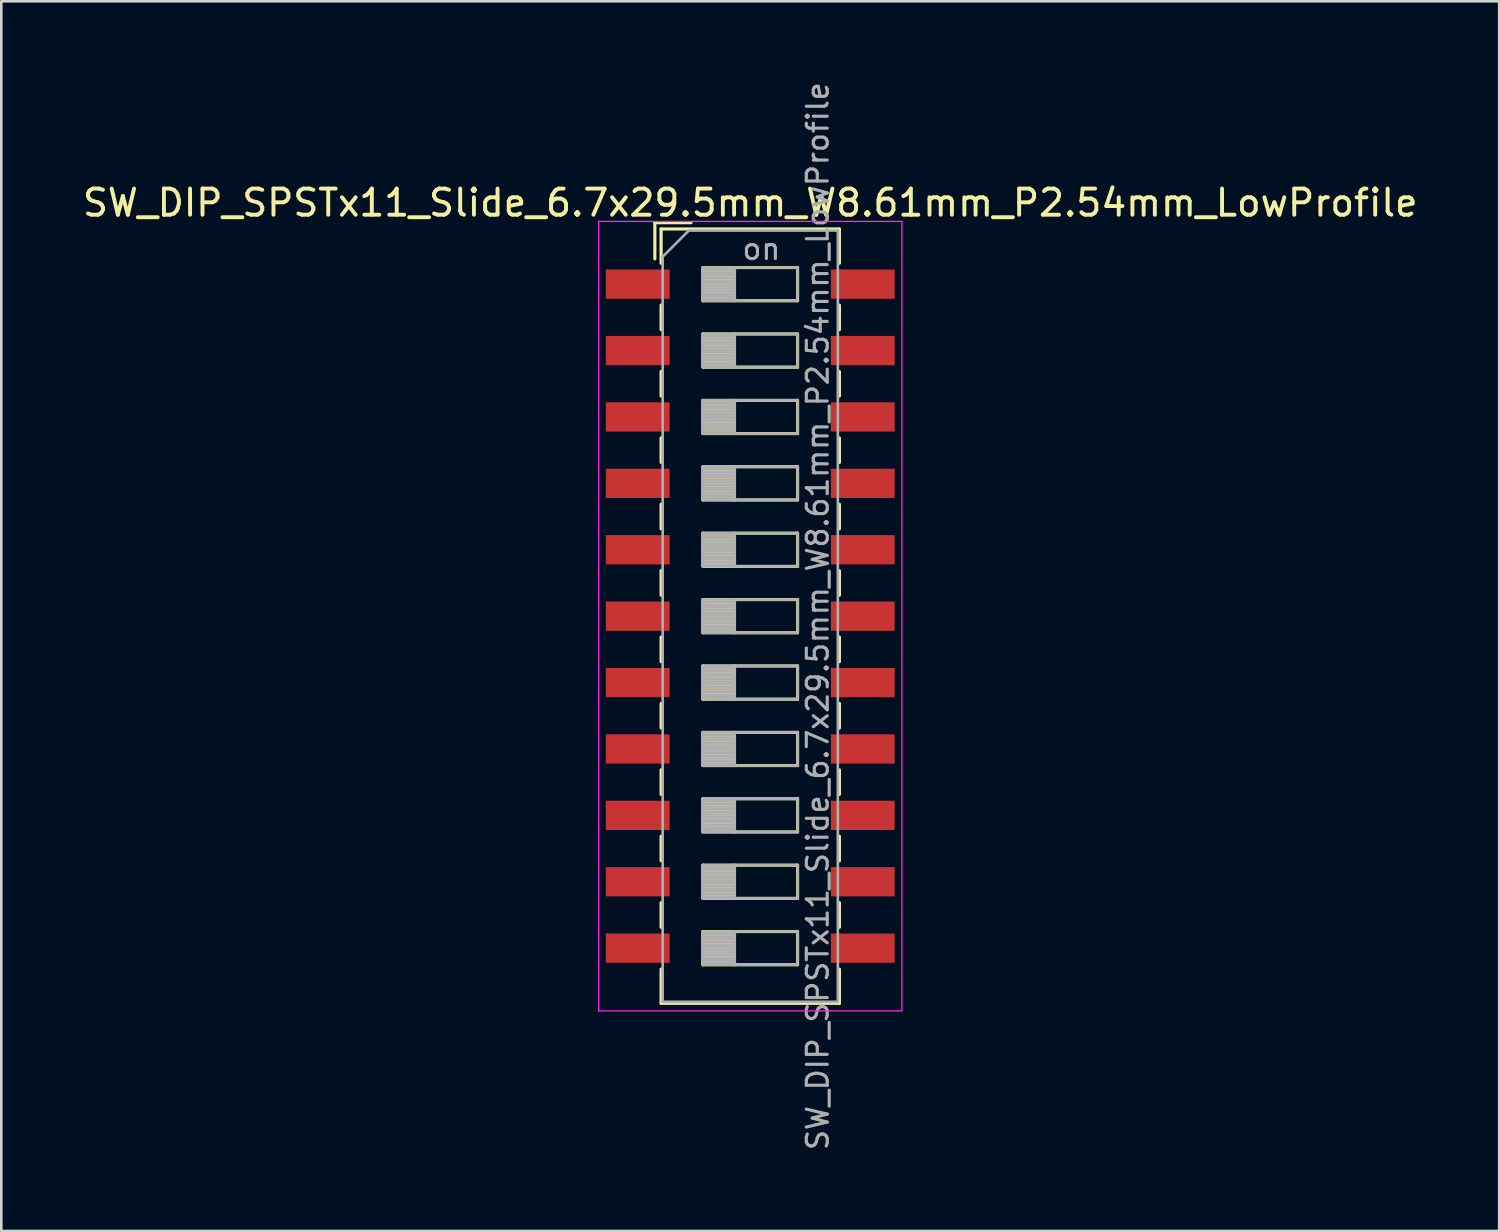
<source format=kicad_pcb>
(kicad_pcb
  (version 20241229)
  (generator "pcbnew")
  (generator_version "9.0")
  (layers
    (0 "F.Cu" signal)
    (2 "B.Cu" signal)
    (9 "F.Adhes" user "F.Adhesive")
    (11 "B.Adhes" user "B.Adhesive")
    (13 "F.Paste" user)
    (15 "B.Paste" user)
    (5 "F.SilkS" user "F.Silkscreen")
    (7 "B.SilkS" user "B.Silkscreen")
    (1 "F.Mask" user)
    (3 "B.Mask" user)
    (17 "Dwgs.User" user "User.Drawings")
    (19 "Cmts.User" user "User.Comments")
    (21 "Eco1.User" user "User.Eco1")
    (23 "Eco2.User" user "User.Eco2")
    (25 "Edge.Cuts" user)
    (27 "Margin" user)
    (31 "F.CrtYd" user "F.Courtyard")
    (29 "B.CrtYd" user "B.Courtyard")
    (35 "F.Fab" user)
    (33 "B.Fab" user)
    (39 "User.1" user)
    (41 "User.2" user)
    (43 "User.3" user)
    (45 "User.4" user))
  (footprint "SW_DIP_SPSTx11_Slide_6.7x29.5mm_W8.61mm_P2.54mm_LowProfile"
    (layer "F.Cu")
    (at 25.649 20.519)
    (property "Reference" "SW_DIP_SPSTx11_Slide_6.7x29.5mm_W8.61mm_P2.54mm_LowProfile" (at 0 -15.81 0) (layer "F.SilkS") (effects (font (size 1 1) (thickness 0.15))))
    (attr smd)
    (fp_line (start -3.65 -15.05) (end -3.65 -13.667) (stroke (width 0.12) (type solid)) (layer "F.SilkS"))
    (fp_line (start -3.65 -15.05) (end -2.267 -15.05) (stroke (width 0.12) (type solid)) (layer "F.SilkS"))
    (fp_line (start -3.41 -14.81) (end -3.41 -13.5) (stroke (width 0.12) (type solid)) (layer "F.SilkS"))
    (fp_line (start -3.41 -14.81) (end 3.41 -14.81) (stroke (width 0.12) (type solid)) (layer "F.SilkS"))
    (fp_line (start -3.41 -11.9) (end -3.41 -10.96) (stroke (width 0.12) (type solid)) (layer "F.SilkS"))
    (fp_line (start -3.41 -9.36) (end -3.41 -8.42) (stroke (width 0.12) (type solid)) (layer "F.SilkS"))
    (fp_line (start -3.41 -6.82) (end -3.41 -5.88) (stroke (width 0.12) (type solid)) (layer "F.SilkS"))
    (fp_line (start -3.41 -4.28) (end -3.41 -3.34) (stroke (width 0.12) (type solid)) (layer "F.SilkS"))
    (fp_line (start -3.41 -1.74) (end -3.41 -0.8) (stroke (width 0.12) (type solid)) (layer "F.SilkS"))
    (fp_line (start -3.41 0.8) (end -3.41 1.74) (stroke (width 0.12) (type solid)) (layer "F.SilkS"))
    (fp_line (start -3.41 3.34) (end -3.41 4.28) (stroke (width 0.12) (type solid)) (layer "F.SilkS"))
    (fp_line (start -3.41 5.88) (end -3.41 6.82) (stroke (width 0.12) (type solid)) (layer "F.SilkS"))
    (fp_line (start -3.41 8.42) (end -3.41 9.36) (stroke (width 0.12) (type solid)) (layer "F.SilkS"))
    (fp_line (start -3.41 10.96) (end -3.41 11.9) (stroke (width 0.12) (type solid)) (layer "F.SilkS"))
    (fp_line (start -3.41 13.5) (end -3.41 14.81) (stroke (width 0.12) (type solid)) (layer "F.SilkS"))
    (fp_line (start -3.41 14.81) (end 3.41 14.81) (stroke (width 0.12) (type solid)) (layer "F.SilkS"))
    (fp_line (start -1.81 -13.335) (end -1.81 -12.065) (stroke (width 0.12) (type solid)) (layer "F.SilkS"))
    (fp_line (start -1.81 -13.215) (end -0.603 -13.215) (stroke (width 0.12) (type solid)) (layer "F.SilkS"))
    (fp_line (start -1.81 -13.095) (end -0.603 -13.095) (stroke (width 0.12) (type solid)) (layer "F.SilkS"))
    (fp_line (start -1.81 -12.975) (end -0.603 -12.975) (stroke (width 0.12) (type solid)) (layer "F.SilkS"))
    (fp_line (start -1.81 -12.855) (end -0.603 -12.855) (stroke (width 0.12) (type solid)) (layer "F.SilkS"))
    (fp_line (start -1.81 -12.735) (end -0.603 -12.735) (stroke (width 0.12) (type solid)) (layer "F.SilkS"))
    (fp_line (start -1.81 -12.615) (end -0.603 -12.615) (stroke (width 0.12) (type solid)) (layer "F.SilkS"))
    (fp_line (start -1.81 -12.495) (end -0.603 -12.495) (stroke (width 0.12) (type solid)) (layer "F.SilkS"))
    (fp_line (start -1.81 -12.375) (end -0.603 -12.375) (stroke (width 0.12) (type solid)) (layer "F.SilkS"))
    (fp_line (start -1.81 -12.255) (end -0.603 -12.255) (stroke (width 0.12) (type solid)) (layer "F.SilkS"))
    (fp_line (start -1.81 -12.135) (end -0.603 -12.135) (stroke (width 0.12) (type solid)) (layer "F.SilkS"))
    (fp_line (start -1.81 -12.065) (end 1.81 -12.065) (stroke (width 0.12) (type solid)) (layer "F.SilkS"))
    (fp_line (start -1.81 -10.795) (end -1.81 -9.525) (stroke (width 0.12) (type solid)) (layer "F.SilkS"))
    (fp_line (start -1.81 -10.675) (end -0.603 -10.675) (stroke (width 0.12) (type solid)) (layer "F.SilkS"))
    (fp_line (start -1.81 -10.555) (end -0.603 -10.555) (stroke (width 0.12) (type solid)) (layer "F.SilkS"))
    (fp_line (start -1.81 -10.435) (end -0.603 -10.435) (stroke (width 0.12) (type solid)) (layer "F.SilkS"))
    (fp_line (start -1.81 -10.315) (end -0.603 -10.315) (stroke (width 0.12) (type solid)) (layer "F.SilkS"))
    (fp_line (start -1.81 -10.195) (end -0.603 -10.195) (stroke (width 0.12) (type solid)) (layer "F.SilkS"))
    (fp_line (start -1.81 -10.075) (end -0.603 -10.075) (stroke (width 0.12) (type solid)) (layer "F.SilkS"))
    (fp_line (start -1.81 -9.955) (end -0.603 -9.955) (stroke (width 0.12) (type solid)) (layer "F.SilkS"))
    (fp_line (start -1.81 -9.835) (end -0.603 -9.835) (stroke (width 0.12) (type solid)) (layer "F.SilkS"))
    (fp_line (start -1.81 -9.715) (end -0.603 -9.715) (stroke (width 0.12) (type solid)) (layer "F.SilkS"))
    (fp_line (start -1.81 -9.595) (end -0.603 -9.595) (stroke (width 0.12) (type solid)) (layer "F.SilkS"))
    (fp_line (start -1.81 -9.525) (end 1.81 -9.525) (stroke (width 0.12) (type solid)) (layer "F.SilkS"))
    (fp_line (start -1.81 -8.255) (end -1.81 -6.985) (stroke (width 0.12) (type solid)) (layer "F.SilkS"))
    (fp_line (start -1.81 -8.135) (end -0.603 -8.135) (stroke (width 0.12) (type solid)) (layer "F.SilkS"))
    (fp_line (start -1.81 -8.015) (end -0.603 -8.015) (stroke (width 0.12) (type solid)) (layer "F.SilkS"))
    (fp_line (start -1.81 -7.895) (end -0.603 -7.895) (stroke (width 0.12) (type solid)) (layer "F.SilkS"))
    (fp_line (start -1.81 -7.775) (end -0.603 -7.775) (stroke (width 0.12) (type solid)) (layer "F.SilkS"))
    (fp_line (start -1.81 -7.655) (end -0.603 -7.655) (stroke (width 0.12) (type solid)) (layer "F.SilkS"))
    (fp_line (start -1.81 -7.535) (end -0.603 -7.535) (stroke (width 0.12) (type solid)) (layer "F.SilkS"))
    (fp_line (start -1.81 -7.415) (end -0.603 -7.415) (stroke (width 0.12) (type solid)) (layer "F.SilkS"))
    (fp_line (start -1.81 -7.295) (end -0.603 -7.295) (stroke (width 0.12) (type solid)) (layer "F.SilkS"))
    (fp_line (start -1.81 -7.175) (end -0.603 -7.175) (stroke (width 0.12) (type solid)) (layer "F.SilkS"))
    (fp_line (start -1.81 -7.055) (end -0.603 -7.055) (stroke (width 0.12) (type solid)) (layer "F.SilkS"))
    (fp_line (start -1.81 -6.985) (end 1.81 -6.985) (stroke (width 0.12) (type solid)) (layer "F.SilkS"))
    (fp_line (start -1.81 -5.715) (end -1.81 -4.445) (stroke (width 0.12) (type solid)) (layer "F.SilkS"))
    (fp_line (start -1.81 -5.595) (end -0.603 -5.595) (stroke (width 0.12) (type solid)) (layer "F.SilkS"))
    (fp_line (start -1.81 -5.475) (end -0.603 -5.475) (stroke (width 0.12) (type solid)) (layer "F.SilkS"))
    (fp_line (start -1.81 -5.355) (end -0.603 -5.355) (stroke (width 0.12) (type solid)) (layer "F.SilkS"))
    (fp_line (start -1.81 -5.235) (end -0.603 -5.235) (stroke (width 0.12) (type solid)) (layer "F.SilkS"))
    (fp_line (start -1.81 -5.115) (end -0.603 -5.115) (stroke (width 0.12) (type solid)) (layer "F.SilkS"))
    (fp_line (start -1.81 -4.995) (end -0.603 -4.995) (stroke (width 0.12) (type solid)) (layer "F.SilkS"))
    (fp_line (start -1.81 -4.875) (end -0.603 -4.875) (stroke (width 0.12) (type solid)) (layer "F.SilkS"))
    (fp_line (start -1.81 -4.755) (end -0.603 -4.755) (stroke (width 0.12) (type solid)) (layer "F.SilkS"))
    (fp_line (start -1.81 -4.635) (end -0.603 -4.635) (stroke (width 0.12) (type solid)) (layer "F.SilkS"))
    (fp_line (start -1.81 -4.515) (end -0.603 -4.515) (stroke (width 0.12) (type solid)) (layer "F.SilkS"))
    (fp_line (start -1.81 -4.445) (end 1.81 -4.445) (stroke (width 0.12) (type solid)) (layer "F.SilkS"))
    (fp_line (start -1.81 -3.175) (end -1.81 -1.905) (stroke (width 0.12) (type solid)) (layer "F.SilkS"))
    (fp_line (start -1.81 -3.055) (end -0.603 -3.055) (stroke (width 0.12) (type solid)) (layer "F.SilkS"))
    (fp_line (start -1.81 -2.935) (end -0.603 -2.935) (stroke (width 0.12) (type solid)) (layer "F.SilkS"))
    (fp_line (start -1.81 -2.815) (end -0.603 -2.815) (stroke (width 0.12) (type solid)) (layer "F.SilkS"))
    (fp_line (start -1.81 -2.695) (end -0.603 -2.695) (stroke (width 0.12) (type solid)) (layer "F.SilkS"))
    (fp_line (start -1.81 -2.575) (end -0.603 -2.575) (stroke (width 0.12) (type solid)) (layer "F.SilkS"))
    (fp_line (start -1.81 -2.455) (end -0.603 -2.455) (stroke (width 0.12) (type solid)) (layer "F.SilkS"))
    (fp_line (start -1.81 -2.335) (end -0.603 -2.335) (stroke (width 0.12) (type solid)) (layer "F.SilkS"))
    (fp_line (start -1.81 -2.215) (end -0.603 -2.215) (stroke (width 0.12) (type solid)) (layer "F.SilkS"))
    (fp_line (start -1.81 -2.095) (end -0.603 -2.095) (stroke (width 0.12) (type solid)) (layer "F.SilkS"))
    (fp_line (start -1.81 -1.975) (end -0.603 -1.975) (stroke (width 0.12) (type solid)) (layer "F.SilkS"))
    (fp_line (start -1.81 -1.905) (end 1.81 -1.905) (stroke (width 0.12) (type solid)) (layer "F.SilkS"))
    (fp_line (start -1.81 -0.635) (end -1.81 0.635) (stroke (width 0.12) (type solid)) (layer "F.SilkS"))
    (fp_line (start -1.81 -0.515) (end -0.603 -0.515) (stroke (width 0.12) (type solid)) (layer "F.SilkS"))
    (fp_line (start -1.81 -0.395) (end -0.603 -0.395) (stroke (width 0.12) (type solid)) (layer "F.SilkS"))
    (fp_line (start -1.81 -0.275) (end -0.603 -0.275) (stroke (width 0.12) (type solid)) (layer "F.SilkS"))
    (fp_line (start -1.81 -0.155) (end -0.603 -0.155) (stroke (width 0.12) (type solid)) (layer "F.SilkS"))
    (fp_line (start -1.81 -0.035) (end -0.603 -0.035) (stroke (width 0.12) (type solid)) (layer "F.SilkS"))
    (fp_line (start -1.81 0.085) (end -0.603 0.085) (stroke (width 0.12) (type solid)) (layer "F.SilkS"))
    (fp_line (start -1.81 0.205) (end -0.603 0.205) (stroke (width 0.12) (type solid)) (layer "F.SilkS"))
    (fp_line (start -1.81 0.325) (end -0.603 0.325) (stroke (width 0.12) (type solid)) (layer "F.SilkS"))
    (fp_line (start -1.81 0.445) (end -0.603 0.445) (stroke (width 0.12) (type solid)) (layer "F.SilkS"))
    (fp_line (start -1.81 0.565) (end -0.603 0.565) (stroke (width 0.12) (type solid)) (layer "F.SilkS"))
    (fp_line (start -1.81 0.635) (end 1.81 0.635) (stroke (width 0.12) (type solid)) (layer "F.SilkS"))
    (fp_line (start -1.81 1.905) (end -1.81 3.175) (stroke (width 0.12) (type solid)) (layer "F.SilkS"))
    (fp_line (start -1.81 2.025) (end -0.603 2.025) (stroke (width 0.12) (type solid)) (layer "F.SilkS"))
    (fp_line (start -1.81 2.145) (end -0.603 2.145) (stroke (width 0.12) (type solid)) (layer "F.SilkS"))
    (fp_line (start -1.81 2.265) (end -0.603 2.265) (stroke (width 0.12) (type solid)) (layer "F.SilkS"))
    (fp_line (start -1.81 2.385) (end -0.603 2.385) (stroke (width 0.12) (type solid)) (layer "F.SilkS"))
    (fp_line (start -1.81 2.505) (end -0.603 2.505) (stroke (width 0.12) (type solid)) (layer "F.SilkS"))
    (fp_line (start -1.81 2.625) (end -0.603 2.625) (stroke (width 0.12) (type solid)) (layer "F.SilkS"))
    (fp_line (start -1.81 2.745) (end -0.603 2.745) (stroke (width 0.12) (type solid)) (layer "F.SilkS"))
    (fp_line (start -1.81 2.865) (end -0.603 2.865) (stroke (width 0.12) (type solid)) (layer "F.SilkS"))
    (fp_line (start -1.81 2.985) (end -0.603 2.985) (stroke (width 0.12) (type solid)) (layer "F.SilkS"))
    (fp_line (start -1.81 3.105) (end -0.603 3.105) (stroke (width 0.12) (type solid)) (layer "F.SilkS"))
    (fp_line (start -1.81 3.175) (end 1.81 3.175) (stroke (width 0.12) (type solid)) (layer "F.SilkS"))
    (fp_line (start -1.81 4.445) (end -1.81 5.715) (stroke (width 0.12) (type solid)) (layer "F.SilkS"))
    (fp_line (start -1.81 4.565) (end -0.603 4.565) (stroke (width 0.12) (type solid)) (layer "F.SilkS"))
    (fp_line (start -1.81 4.685) (end -0.603 4.685) (stroke (width 0.12) (type solid)) (layer "F.SilkS"))
    (fp_line (start -1.81 4.805) (end -0.603 4.805) (stroke (width 0.12) (type solid)) (layer "F.SilkS"))
    (fp_line (start -1.81 4.925) (end -0.603 4.925) (stroke (width 0.12) (type solid)) (layer "F.SilkS"))
    (fp_line (start -1.81 5.045) (end -0.603 5.045) (stroke (width 0.12) (type solid)) (layer "F.SilkS"))
    (fp_line (start -1.81 5.165) (end -0.603 5.165) (stroke (width 0.12) (type solid)) (layer "F.SilkS"))
    (fp_line (start -1.81 5.285) (end -0.603 5.285) (stroke (width 0.12) (type solid)) (layer "F.SilkS"))
    (fp_line (start -1.81 5.405) (end -0.603 5.405) (stroke (width 0.12) (type solid)) (layer "F.SilkS"))
    (fp_line (start -1.81 5.525) (end -0.603 5.525) (stroke (width 0.12) (type solid)) (layer "F.SilkS"))
    (fp_line (start -1.81 5.645) (end -0.603 5.645) (stroke (width 0.12) (type solid)) (layer "F.SilkS"))
    (fp_line (start -1.81 5.715) (end 1.81 5.715) (stroke (width 0.12) (type solid)) (layer "F.SilkS"))
    (fp_line (start -1.81 6.985) (end -1.81 8.255) (stroke (width 0.12) (type solid)) (layer "F.SilkS"))
    (fp_line (start -1.81 7.105) (end -0.603 7.105) (stroke (width 0.12) (type solid)) (layer "F.SilkS"))
    (fp_line (start -1.81 7.225) (end -0.603 7.225) (stroke (width 0.12) (type solid)) (layer "F.SilkS"))
    (fp_line (start -1.81 7.345) (end -0.603 7.345) (stroke (width 0.12) (type solid)) (layer "F.SilkS"))
    (fp_line (start -1.81 7.465) (end -0.603 7.465) (stroke (width 0.12) (type solid)) (layer "F.SilkS"))
    (fp_line (start -1.81 7.585) (end -0.603 7.585) (stroke (width 0.12) (type solid)) (layer "F.SilkS"))
    (fp_line (start -1.81 7.705) (end -0.603 7.705) (stroke (width 0.12) (type solid)) (layer "F.SilkS"))
    (fp_line (start -1.81 7.825) (end -0.603 7.825) (stroke (width 0.12) (type solid)) (layer "F.SilkS"))
    (fp_line (start -1.81 7.945) (end -0.603 7.945) (stroke (width 0.12) (type solid)) (layer "F.SilkS"))
    (fp_line (start -1.81 8.065) (end -0.603 8.065) (stroke (width 0.12) (type solid)) (layer "F.SilkS"))
    (fp_line (start -1.81 8.185) (end -0.603 8.185) (stroke (width 0.12) (type solid)) (layer "F.SilkS"))
    (fp_line (start -1.81 8.255) (end 1.81 8.255) (stroke (width 0.12) (type solid)) (layer "F.SilkS"))
    (fp_line (start -1.81 9.525) (end -1.81 10.795) (stroke (width 0.12) (type solid)) (layer "F.SilkS"))
    (fp_line (start -1.81 9.645) (end -0.603 9.645) (stroke (width 0.12) (type solid)) (layer "F.SilkS"))
    (fp_line (start -1.81 9.765) (end -0.603 9.765) (stroke (width 0.12) (type solid)) (layer "F.SilkS"))
    (fp_line (start -1.81 9.885) (end -0.603 9.885) (stroke (width 0.12) (type solid)) (layer "F.SilkS"))
    (fp_line (start -1.81 10.005) (end -0.603 10.005) (stroke (width 0.12) (type solid)) (layer "F.SilkS"))
    (fp_line (start -1.81 10.125) (end -0.603 10.125) (stroke (width 0.12) (type solid)) (layer "F.SilkS"))
    (fp_line (start -1.81 10.245) (end -0.603 10.245) (stroke (width 0.12) (type solid)) (layer "F.SilkS"))
    (fp_line (start -1.81 10.365) (end -0.603 10.365) (stroke (width 0.12) (type solid)) (layer "F.SilkS"))
    (fp_line (start -1.81 10.485) (end -0.603 10.485) (stroke (width 0.12) (type solid)) (layer "F.SilkS"))
    (fp_line (start -1.81 10.605) (end -0.603 10.605) (stroke (width 0.12) (type solid)) (layer "F.SilkS"))
    (fp_line (start -1.81 10.725) (end -0.603 10.725) (stroke (width 0.12) (type solid)) (layer "F.SilkS"))
    (fp_line (start -1.81 10.795) (end 1.81 10.795) (stroke (width 0.12) (type solid)) (layer "F.SilkS"))
    (fp_line (start -1.81 12.065) (end -1.81 13.335) (stroke (width 0.12) (type solid)) (layer "F.SilkS"))
    (fp_line (start -1.81 12.185) (end -0.603 12.185) (stroke (width 0.12) (type solid)) (layer "F.SilkS"))
    (fp_line (start -1.81 12.305) (end -0.603 12.305) (stroke (width 0.12) (type solid)) (layer "F.SilkS"))
    (fp_line (start -1.81 12.425) (end -0.603 12.425) (stroke (width 0.12) (type solid)) (layer "F.SilkS"))
    (fp_line (start -1.81 12.545) (end -0.603 12.545) (stroke (width 0.12) (type solid)) (layer "F.SilkS"))
    (fp_line (start -1.81 12.665) (end -0.603 12.665) (stroke (width 0.12) (type solid)) (layer "F.SilkS"))
    (fp_line (start -1.81 12.785) (end -0.603 12.785) (stroke (width 0.12) (type solid)) (layer "F.SilkS"))
    (fp_line (start -1.81 12.905) (end -0.603 12.905) (stroke (width 0.12) (type solid)) (layer "F.SilkS"))
    (fp_line (start -1.81 13.025) (end -0.603 13.025) (stroke (width 0.12) (type solid)) (layer "F.SilkS"))
    (fp_line (start -1.81 13.145) (end -0.603 13.145) (stroke (width 0.12) (type solid)) (layer "F.SilkS"))
    (fp_line (start -1.81 13.265) (end -0.603 13.265) (stroke (width 0.12) (type solid)) (layer "F.SilkS"))
    (fp_line (start -1.81 13.335) (end 1.81 13.335) (stroke (width 0.12) (type solid)) (layer "F.SilkS"))
    (fp_line (start -0.603 -13.335) (end -0.603 -12.065) (stroke (width 0.12) (type solid)) (layer "F.SilkS"))
    (fp_line (start -0.603 -10.795) (end -0.603 -9.525) (stroke (width 0.12) (type solid)) (layer "F.SilkS"))
    (fp_line (start -0.603 -8.255) (end -0.603 -6.985) (stroke (width 0.12) (type solid)) (layer "F.SilkS"))
    (fp_line (start -0.603 -5.715) (end -0.603 -4.445) (stroke (width 0.12) (type solid)) (layer "F.SilkS"))
    (fp_line (start -0.603 -3.175) (end -0.603 -1.905) (stroke (width 0.12) (type solid)) (layer "F.SilkS"))
    (fp_line (start -0.603 -0.635) (end -0.603 0.635) (stroke (width 0.12) (type solid)) (layer "F.SilkS"))
    (fp_line (start -0.603 1.905) (end -0.603 3.175) (stroke (width 0.12) (type solid)) (layer "F.SilkS"))
    (fp_line (start -0.603 4.445) (end -0.603 5.715) (stroke (width 0.12) (type solid)) (layer "F.SilkS"))
    (fp_line (start -0.603 6.985) (end -0.603 8.255) (stroke (width 0.12) (type solid)) (layer "F.SilkS"))
    (fp_line (start -0.603 9.525) (end -0.603 10.795) (stroke (width 0.12) (type solid)) (layer "F.SilkS"))
    (fp_line (start -0.603 12.065) (end -0.603 13.335) (stroke (width 0.12) (type solid)) (layer "F.SilkS"))
    (fp_line (start 1.81 -13.335) (end -1.81 -13.335) (stroke (width 0.12) (type solid)) (layer "F.SilkS"))
    (fp_line (start 1.81 -12.065) (end 1.81 -13.335) (stroke (width 0.12) (type solid)) (layer "F.SilkS"))
    (fp_line (start 1.81 -10.795) (end -1.81 -10.795) (stroke (width 0.12) (type solid)) (layer "F.SilkS"))
    (fp_line (start 1.81 -9.525) (end 1.81 -10.795) (stroke (width 0.12) (type solid)) (layer "F.SilkS"))
    (fp_line (start 1.81 -8.255) (end -1.81 -8.255) (stroke (width 0.12) (type solid)) (layer "F.SilkS"))
    (fp_line (start 1.81 -6.985) (end 1.81 -8.255) (stroke (width 0.12) (type solid)) (layer "F.SilkS"))
    (fp_line (start 1.81 -5.715) (end -1.81 -5.715) (stroke (width 0.12) (type solid)) (layer "F.SilkS"))
    (fp_line (start 1.81 -4.445) (end 1.81 -5.715) (stroke (width 0.12) (type solid)) (layer "F.SilkS"))
    (fp_line (start 1.81 -3.175) (end -1.81 -3.175) (stroke (width 0.12) (type solid)) (layer "F.SilkS"))
    (fp_line (start 1.81 -1.905) (end 1.81 -3.175) (stroke (width 0.12) (type solid)) (layer "F.SilkS"))
    (fp_line (start 1.81 -0.635) (end -1.81 -0.635) (stroke (width 0.12) (type solid)) (layer "F.SilkS"))
    (fp_line (start 1.81 0.635) (end 1.81 -0.635) (stroke (width 0.12) (type solid)) (layer "F.SilkS"))
    (fp_line (start 1.81 1.905) (end -1.81 1.905) (stroke (width 0.12) (type solid)) (layer "F.SilkS"))
    (fp_line (start 1.81 3.175) (end 1.81 1.905) (stroke (width 0.12) (type solid)) (layer "F.SilkS"))
    (fp_line (start 1.81 4.445) (end -1.81 4.445) (stroke (width 0.12) (type solid)) (layer "F.SilkS"))
    (fp_line (start 1.81 5.715) (end 1.81 4.445) (stroke (width 0.12) (type solid)) (layer "F.SilkS"))
    (fp_line (start 1.81 6.985) (end -1.81 6.985) (stroke (width 0.12) (type solid)) (layer "F.SilkS"))
    (fp_line (start 1.81 8.255) (end 1.81 6.985) (stroke (width 0.12) (type solid)) (layer "F.SilkS"))
    (fp_line (start 1.81 9.525) (end -1.81 9.525) (stroke (width 0.12) (type solid)) (layer "F.SilkS"))
    (fp_line (start 1.81 10.795) (end 1.81 9.525) (stroke (width 0.12) (type solid)) (layer "F.SilkS"))
    (fp_line (start 1.81 12.065) (end -1.81 12.065) (stroke (width 0.12) (type solid)) (layer "F.SilkS"))
    (fp_line (start 1.81 13.335) (end 1.81 12.065) (stroke (width 0.12) (type solid)) (layer "F.SilkS"))
    (fp_line (start 3.41 -14.81) (end 3.41 -13.5) (stroke (width 0.12) (type solid)) (layer "F.SilkS"))
    (fp_line (start 3.41 -11.899) (end 3.41 -10.959) (stroke (width 0.12) (type solid)) (layer "F.SilkS"))
    (fp_line (start 3.41 -9.359) (end 3.41 -8.419) (stroke (width 0.12) (type solid)) (layer "F.SilkS"))
    (fp_line (start 3.41 -6.819) (end 3.41 -5.879) (stroke (width 0.12) (type solid)) (layer "F.SilkS"))
    (fp_line (start 3.41 -4.279) (end 3.41 -3.339) (stroke (width 0.12) (type solid)) (layer "F.SilkS"))
    (fp_line (start 3.41 -1.739) (end 3.41 -0.799) (stroke (width 0.12) (type solid)) (layer "F.SilkS"))
    (fp_line (start 3.41 0.801) (end 3.41 1.741) (stroke (width 0.12) (type solid)) (layer "F.SilkS"))
    (fp_line (start 3.41 3.341) (end 3.41 4.28) (stroke (width 0.12) (type solid)) (layer "F.SilkS"))
    (fp_line (start 3.41 5.88) (end 3.41 6.82) (stroke (width 0.12) (type solid)) (layer "F.SilkS"))
    (fp_line (start 3.41 8.42) (end 3.41 9.36) (stroke (width 0.12) (type solid)) (layer "F.SilkS"))
    (fp_line (start 3.41 10.96) (end 3.41 11.9) (stroke (width 0.12) (type solid)) (layer "F.SilkS"))
    (fp_line (start 3.41 13.5) (end 3.41 14.81) (stroke (width 0.12) (type solid)) (layer "F.SilkS"))
    (fp_line (start -5.8 -15.1) (end -5.8 15.1) (stroke (width 0.05) (type solid)) (layer "F.CrtYd"))
    (fp_line (start -5.8 15.1) (end 5.8 15.1) (stroke (width 0.05) (type solid)) (layer "F.CrtYd"))
    (fp_line (start 5.8 -15.1) (end -5.8 -15.1) (stroke (width 0.05) (type solid)) (layer "F.CrtYd"))
    (fp_line (start 5.8 15.1) (end 5.8 -15.1) (stroke (width 0.05) (type solid)) (layer "F.CrtYd"))
    (fp_line (start -3.35 -13.75) (end -2.35 -14.75) (stroke (width 0.1) (type solid)) (layer "F.Fab"))
    (fp_line (start -3.35 14.75) (end -3.35 -13.75) (stroke (width 0.1) (type solid)) (layer "F.Fab"))
    (fp_line (start -2.35 -14.75) (end 3.35 -14.75) (stroke (width 0.1) (type solid)) (layer "F.Fab"))
    (fp_line (start -1.81 -13.335) (end -1.81 -12.065) (stroke (width 0.1) (type solid)) (layer "F.Fab"))
    (fp_line (start -1.81 -13.235) (end -0.603 -13.235) (stroke (width 0.1) (type solid)) (layer "F.Fab"))
    (fp_line (start -1.81 -13.135) (end -0.603 -13.135) (stroke (width 0.1) (type solid)) (layer "F.Fab"))
    (fp_line (start -1.81 -13.035) (end -0.603 -13.035) (stroke (width 0.1) (type solid)) (layer "F.Fab"))
    (fp_line (start -1.81 -12.935) (end -0.603 -12.935) (stroke (width 0.1) (type solid)) (layer "F.Fab"))
    (fp_line (start -1.81 -12.835) (end -0.603 -12.835) (stroke (width 0.1) (type solid)) (layer "F.Fab"))
    (fp_line (start -1.81 -12.735) (end -0.603 -12.735) (stroke (width 0.1) (type solid)) (layer "F.Fab"))
    (fp_line (start -1.81 -12.635) (end -0.603 -12.635) (stroke (width 0.1) (type solid)) (layer "F.Fab"))
    (fp_line (start -1.81 -12.535) (end -0.603 -12.535) (stroke (width 0.1) (type solid)) (layer "F.Fab"))
    (fp_line (start -1.81 -12.435) (end -0.603 -12.435) (stroke (width 0.1) (type solid)) (layer "F.Fab"))
    (fp_line (start -1.81 -12.335) (end -0.603 -12.335) (stroke (width 0.1) (type solid)) (layer "F.Fab"))
    (fp_line (start -1.81 -12.235) (end -0.603 -12.235) (stroke (width 0.1) (type solid)) (layer "F.Fab"))
    (fp_line (start -1.81 -12.135) (end -0.603 -12.135) (stroke (width 0.1) (type solid)) (layer "F.Fab"))
    (fp_line (start -1.81 -12.065) (end 1.81 -12.065) (stroke (width 0.1) (type solid)) (layer "F.Fab"))
    (fp_line (start -1.81 -10.795) (end -1.81 -9.525) (stroke (width 0.1) (type solid)) (layer "F.Fab"))
    (fp_line (start -1.81 -10.695) (end -0.603 -10.695) (stroke (width 0.1) (type solid)) (layer "F.Fab"))
    (fp_line (start -1.81 -10.595) (end -0.603 -10.595) (stroke (width 0.1) (type solid)) (layer "F.Fab"))
    (fp_line (start -1.81 -10.495) (end -0.603 -10.495) (stroke (width 0.1) (type solid)) (layer "F.Fab"))
    (fp_line (start -1.81 -10.395) (end -0.603 -10.395) (stroke (width 0.1) (type solid)) (layer "F.Fab"))
    (fp_line (start -1.81 -10.295) (end -0.603 -10.295) (stroke (width 0.1) (type solid)) (layer "F.Fab"))
    (fp_line (start -1.81 -10.195) (end -0.603 -10.195) (stroke (width 0.1) (type solid)) (layer "F.Fab"))
    (fp_line (start -1.81 -10.095) (end -0.603 -10.095) (stroke (width 0.1) (type solid)) (layer "F.Fab"))
    (fp_line (start -1.81 -9.995) (end -0.603 -9.995) (stroke (width 0.1) (type solid)) (layer "F.Fab"))
    (fp_line (start -1.81 -9.895) (end -0.603 -9.895) (stroke (width 0.1) (type solid)) (layer "F.Fab"))
    (fp_line (start -1.81 -9.795) (end -0.603 -9.795) (stroke (width 0.1) (type solid)) (layer "F.Fab"))
    (fp_line (start -1.81 -9.695) (end -0.603 -9.695) (stroke (width 0.1) (type solid)) (layer "F.Fab"))
    (fp_line (start -1.81 -9.595) (end -0.603 -9.595) (stroke (width 0.1) (type solid)) (layer "F.Fab"))
    (fp_line (start -1.81 -9.525) (end 1.81 -9.525) (stroke (width 0.1) (type solid)) (layer "F.Fab"))
    (fp_line (start -1.81 -8.255) (end -1.81 -6.985) (stroke (width 0.1) (type solid)) (layer "F.Fab"))
    (fp_line (start -1.81 -8.155) (end -0.603 -8.155) (stroke (width 0.1) (type solid)) (layer "F.Fab"))
    (fp_line (start -1.81 -8.055) (end -0.603 -8.055) (stroke (width 0.1) (type solid)) (layer "F.Fab"))
    (fp_line (start -1.81 -7.955) (end -0.603 -7.955) (stroke (width 0.1) (type solid)) (layer "F.Fab"))
    (fp_line (start -1.81 -7.855) (end -0.603 -7.855) (stroke (width 0.1) (type solid)) (layer "F.Fab"))
    (fp_line (start -1.81 -7.755) (end -0.603 -7.755) (stroke (width 0.1) (type solid)) (layer "F.Fab"))
    (fp_line (start -1.81 -7.655) (end -0.603 -7.655) (stroke (width 0.1) (type solid)) (layer "F.Fab"))
    (fp_line (start -1.81 -7.555) (end -0.603 -7.555) (stroke (width 0.1) (type solid)) (layer "F.Fab"))
    (fp_line (start -1.81 -7.455) (end -0.603 -7.455) (stroke (width 0.1) (type solid)) (layer "F.Fab"))
    (fp_line (start -1.81 -7.355) (end -0.603 -7.355) (stroke (width 0.1) (type solid)) (layer "F.Fab"))
    (fp_line (start -1.81 -7.255) (end -0.603 -7.255) (stroke (width 0.1) (type solid)) (layer "F.Fab"))
    (fp_line (start -1.81 -7.155) (end -0.603 -7.155) (stroke (width 0.1) (type solid)) (layer "F.Fab"))
    (fp_line (start -1.81 -7.055) (end -0.603 -7.055) (stroke (width 0.1) (type solid)) (layer "F.Fab"))
    (fp_line (start -1.81 -6.985) (end 1.81 -6.985) (stroke (width 0.1) (type solid)) (layer "F.Fab"))
    (fp_line (start -1.81 -5.715) (end -1.81 -4.445) (stroke (width 0.1) (type solid)) (layer "F.Fab"))
    (fp_line (start -1.81 -5.615) (end -0.603 -5.615) (stroke (width 0.1) (type solid)) (layer "F.Fab"))
    (fp_line (start -1.81 -5.515) (end -0.603 -5.515) (stroke (width 0.1) (type solid)) (layer "F.Fab"))
    (fp_line (start -1.81 -5.415) (end -0.603 -5.415) (stroke (width 0.1) (type solid)) (layer "F.Fab"))
    (fp_line (start -1.81 -5.315) (end -0.603 -5.315) (stroke (width 0.1) (type solid)) (layer "F.Fab"))
    (fp_line (start -1.81 -5.215) (end -0.603 -5.215) (stroke (width 0.1) (type solid)) (layer "F.Fab"))
    (fp_line (start -1.81 -5.115) (end -0.603 -5.115) (stroke (width 0.1) (type solid)) (layer "F.Fab"))
    (fp_line (start -1.81 -5.015) (end -0.603 -5.015) (stroke (width 0.1) (type solid)) (layer "F.Fab"))
    (fp_line (start -1.81 -4.915) (end -0.603 -4.915) (stroke (width 0.1) (type solid)) (layer "F.Fab"))
    (fp_line (start -1.81 -4.815) (end -0.603 -4.815) (stroke (width 0.1) (type solid)) (layer "F.Fab"))
    (fp_line (start -1.81 -4.715) (end -0.603 -4.715) (stroke (width 0.1) (type solid)) (layer "F.Fab"))
    (fp_line (start -1.81 -4.615) (end -0.603 -4.615) (stroke (width 0.1) (type solid)) (layer "F.Fab"))
    (fp_line (start -1.81 -4.515) (end -0.603 -4.515) (stroke (width 0.1) (type solid)) (layer "F.Fab"))
    (fp_line (start -1.81 -4.445) (end 1.81 -4.445) (stroke (width 0.1) (type solid)) (layer "F.Fab"))
    (fp_line (start -1.81 -3.175) (end -1.81 -1.905) (stroke (width 0.1) (type solid)) (layer "F.Fab"))
    (fp_line (start -1.81 -3.075) (end -0.603 -3.075) (stroke (width 0.1) (type solid)) (layer "F.Fab"))
    (fp_line (start -1.81 -2.975) (end -0.603 -2.975) (stroke (width 0.1) (type solid)) (layer "F.Fab"))
    (fp_line (start -1.81 -2.875) (end -0.603 -2.875) (stroke (width 0.1) (type solid)) (layer "F.Fab"))
    (fp_line (start -1.81 -2.775) (end -0.603 -2.775) (stroke (width 0.1) (type solid)) (layer "F.Fab"))
    (fp_line (start -1.81 -2.675) (end -0.603 -2.675) (stroke (width 0.1) (type solid)) (layer "F.Fab"))
    (fp_line (start -1.81 -2.575) (end -0.603 -2.575) (stroke (width 0.1) (type solid)) (layer "F.Fab"))
    (fp_line (start -1.81 -2.475) (end -0.603 -2.475) (stroke (width 0.1) (type solid)) (layer "F.Fab"))
    (fp_line (start -1.81 -2.375) (end -0.603 -2.375) (stroke (width 0.1) (type solid)) (layer "F.Fab"))
    (fp_line (start -1.81 -2.275) (end -0.603 -2.275) (stroke (width 0.1) (type solid)) (layer "F.Fab"))
    (fp_line (start -1.81 -2.175) (end -0.603 -2.175) (stroke (width 0.1) (type solid)) (layer "F.Fab"))
    (fp_line (start -1.81 -2.075) (end -0.603 -2.075) (stroke (width 0.1) (type solid)) (layer "F.Fab"))
    (fp_line (start -1.81 -1.975) (end -0.603 -1.975) (stroke (width 0.1) (type solid)) (layer "F.Fab"))
    (fp_line (start -1.81 -1.905) (end 1.81 -1.905) (stroke (width 0.1) (type solid)) (layer "F.Fab"))
    (fp_line (start -1.81 -0.635) (end -1.81 0.635) (stroke (width 0.1) (type solid)) (layer "F.Fab"))
    (fp_line (start -1.81 -0.535) (end -0.603 -0.535) (stroke (width 0.1) (type solid)) (layer "F.Fab"))
    (fp_line (start -1.81 -0.435) (end -0.603 -0.435) (stroke (width 0.1) (type solid)) (layer "F.Fab"))
    (fp_line (start -1.81 -0.335) (end -0.603 -0.335) (stroke (width 0.1) (type solid)) (layer "F.Fab"))
    (fp_line (start -1.81 -0.235) (end -0.603 -0.235) (stroke (width 0.1) (type solid)) (layer "F.Fab"))
    (fp_line (start -1.81 -0.135) (end -0.603 -0.135) (stroke (width 0.1) (type solid)) (layer "F.Fab"))
    (fp_line (start -1.81 -0.035) (end -0.603 -0.035) (stroke (width 0.1) (type solid)) (layer "F.Fab"))
    (fp_line (start -1.81 0.065) (end -0.603 0.065) (stroke (width 0.1) (type solid)) (layer "F.Fab"))
    (fp_line (start -1.81 0.165) (end -0.603 0.165) (stroke (width 0.1) (type solid)) (layer "F.Fab"))
    (fp_line (start -1.81 0.265) (end -0.603 0.265) (stroke (width 0.1) (type solid)) (layer "F.Fab"))
    (fp_line (start -1.81 0.365) (end -0.603 0.365) (stroke (width 0.1) (type solid)) (layer "F.Fab"))
    (fp_line (start -1.81 0.465) (end -0.603 0.465) (stroke (width 0.1) (type solid)) (layer "F.Fab"))
    (fp_line (start -1.81 0.565) (end -0.603 0.565) (stroke (width 0.1) (type solid)) (layer "F.Fab"))
    (fp_line (start -1.81 0.635) (end 1.81 0.635) (stroke (width 0.1) (type solid)) (layer "F.Fab"))
    (fp_line (start -1.81 1.905) (end -1.81 3.175) (stroke (width 0.1) (type solid)) (layer "F.Fab"))
    (fp_line (start -1.81 2.005) (end -0.603 2.005) (stroke (width 0.1) (type solid)) (layer "F.Fab"))
    (fp_line (start -1.81 2.105) (end -0.603 2.105) (stroke (width 0.1) (type solid)) (layer "F.Fab"))
    (fp_line (start -1.81 2.205) (end -0.603 2.205) (stroke (width 0.1) (type solid)) (layer "F.Fab"))
    (fp_line (start -1.81 2.305) (end -0.603 2.305) (stroke (width 0.1) (type solid)) (layer "F.Fab"))
    (fp_line (start -1.81 2.405) (end -0.603 2.405) (stroke (width 0.1) (type solid)) (layer "F.Fab"))
    (fp_line (start -1.81 2.505) (end -0.603 2.505) (stroke (width 0.1) (type solid)) (layer "F.Fab"))
    (fp_line (start -1.81 2.605) (end -0.603 2.605) (stroke (width 0.1) (type solid)) (layer "F.Fab"))
    (fp_line (start -1.81 2.705) (end -0.603 2.705) (stroke (width 0.1) (type solid)) (layer "F.Fab"))
    (fp_line (start -1.81 2.805) (end -0.603 2.805) (stroke (width 0.1) (type solid)) (layer "F.Fab"))
    (fp_line (start -1.81 2.905) (end -0.603 2.905) (stroke (width 0.1) (type solid)) (layer "F.Fab"))
    (fp_line (start -1.81 3.005) (end -0.603 3.005) (stroke (width 0.1) (type solid)) (layer "F.Fab"))
    (fp_line (start -1.81 3.105) (end -0.603 3.105) (stroke (width 0.1) (type solid)) (layer "F.Fab"))
    (fp_line (start -1.81 3.175) (end 1.81 3.175) (stroke (width 0.1) (type solid)) (layer "F.Fab"))
    (fp_line (start -1.81 4.445) (end -1.81 5.715) (stroke (width 0.1) (type solid)) (layer "F.Fab"))
    (fp_line (start -1.81 4.545) (end -0.603 4.545) (stroke (width 0.1) (type solid)) (layer "F.Fab"))
    (fp_line (start -1.81 4.645) (end -0.603 4.645) (stroke (width 0.1) (type solid)) (layer "F.Fab"))
    (fp_line (start -1.81 4.745) (end -0.603 4.745) (stroke (width 0.1) (type solid)) (layer "F.Fab"))
    (fp_line (start -1.81 4.845) (end -0.603 4.845) (stroke (width 0.1) (type solid)) (layer "F.Fab"))
    (fp_line (start -1.81 4.945) (end -0.603 4.945) (stroke (width 0.1) (type solid)) (layer "F.Fab"))
    (fp_line (start -1.81 5.045) (end -0.603 5.045) (stroke (width 0.1) (type solid)) (layer "F.Fab"))
    (fp_line (start -1.81 5.145) (end -0.603 5.145) (stroke (width 0.1) (type solid)) (layer "F.Fab"))
    (fp_line (start -1.81 5.245) (end -0.603 5.245) (stroke (width 0.1) (type solid)) (layer "F.Fab"))
    (fp_line (start -1.81 5.345) (end -0.603 5.345) (stroke (width 0.1) (type solid)) (layer "F.Fab"))
    (fp_line (start -1.81 5.445) (end -0.603 5.445) (stroke (width 0.1) (type solid)) (layer "F.Fab"))
    (fp_line (start -1.81 5.545) (end -0.603 5.545) (stroke (width 0.1) (type solid)) (layer "F.Fab"))
    (fp_line (start -1.81 5.645) (end -0.603 5.645) (stroke (width 0.1) (type solid)) (layer "F.Fab"))
    (fp_line (start -1.81 5.715) (end 1.81 5.715) (stroke (width 0.1) (type solid)) (layer "F.Fab"))
    (fp_line (start -1.81 6.985) (end -1.81 8.255) (stroke (width 0.1) (type solid)) (layer "F.Fab"))
    (fp_line (start -1.81 7.085) (end -0.603 7.085) (stroke (width 0.1) (type solid)) (layer "F.Fab"))
    (fp_line (start -1.81 7.185) (end -0.603 7.185) (stroke (width 0.1) (type solid)) (layer "F.Fab"))
    (fp_line (start -1.81 7.285) (end -0.603 7.285) (stroke (width 0.1) (type solid)) (layer "F.Fab"))
    (fp_line (start -1.81 7.385) (end -0.603 7.385) (stroke (width 0.1) (type solid)) (layer "F.Fab"))
    (fp_line (start -1.81 7.485) (end -0.603 7.485) (stroke (width 0.1) (type solid)) (layer "F.Fab"))
    (fp_line (start -1.81 7.585) (end -0.603 7.585) (stroke (width 0.1) (type solid)) (layer "F.Fab"))
    (fp_line (start -1.81 7.685) (end -0.603 7.685) (stroke (width 0.1) (type solid)) (layer "F.Fab"))
    (fp_line (start -1.81 7.785) (end -0.603 7.785) (stroke (width 0.1) (type solid)) (layer "F.Fab"))
    (fp_line (start -1.81 7.885) (end -0.603 7.885) (stroke (width 0.1) (type solid)) (layer "F.Fab"))
    (fp_line (start -1.81 7.985) (end -0.603 7.985) (stroke (width 0.1) (type solid)) (layer "F.Fab"))
    (fp_line (start -1.81 8.085) (end -0.603 8.085) (stroke (width 0.1) (type solid)) (layer "F.Fab"))
    (fp_line (start -1.81 8.185) (end -0.603 8.185) (stroke (width 0.1) (type solid)) (layer "F.Fab"))
    (fp_line (start -1.81 8.255) (end 1.81 8.255) (stroke (width 0.1) (type solid)) (layer "F.Fab"))
    (fp_line (start -1.81 9.525) (end -1.81 10.795) (stroke (width 0.1) (type solid)) (layer "F.Fab"))
    (fp_line (start -1.81 9.625) (end -0.603 9.625) (stroke (width 0.1) (type solid)) (layer "F.Fab"))
    (fp_line (start -1.81 9.725) (end -0.603 9.725) (stroke (width 0.1) (type solid)) (layer "F.Fab"))
    (fp_line (start -1.81 9.825) (end -0.603 9.825) (stroke (width 0.1) (type solid)) (layer "F.Fab"))
    (fp_line (start -1.81 9.925) (end -0.603 9.925) (stroke (width 0.1) (type solid)) (layer "F.Fab"))
    (fp_line (start -1.81 10.025) (end -0.603 10.025) (stroke (width 0.1) (type solid)) (layer "F.Fab"))
    (fp_line (start -1.81 10.125) (end -0.603 10.125) (stroke (width 0.1) (type solid)) (layer "F.Fab"))
    (fp_line (start -1.81 10.225) (end -0.603 10.225) (stroke (width 0.1) (type solid)) (layer "F.Fab"))
    (fp_line (start -1.81 10.325) (end -0.603 10.325) (stroke (width 0.1) (type solid)) (layer "F.Fab"))
    (fp_line (start -1.81 10.425) (end -0.603 10.425) (stroke (width 0.1) (type solid)) (layer "F.Fab"))
    (fp_line (start -1.81 10.525) (end -0.603 10.525) (stroke (width 0.1) (type solid)) (layer "F.Fab"))
    (fp_line (start -1.81 10.625) (end -0.603 10.625) (stroke (width 0.1) (type solid)) (layer "F.Fab"))
    (fp_line (start -1.81 10.725) (end -0.603 10.725) (stroke (width 0.1) (type solid)) (layer "F.Fab"))
    (fp_line (start -1.81 10.795) (end 1.81 10.795) (stroke (width 0.1) (type solid)) (layer "F.Fab"))
    (fp_line (start -1.81 12.065) (end -1.81 13.335) (stroke (width 0.1) (type solid)) (layer "F.Fab"))
    (fp_line (start -1.81 12.165) (end -0.603 12.165) (stroke (width 0.1) (type solid)) (layer "F.Fab"))
    (fp_line (start -1.81 12.265) (end -0.603 12.265) (stroke (width 0.1) (type solid)) (layer "F.Fab"))
    (fp_line (start -1.81 12.365) (end -0.603 12.365) (stroke (width 0.1) (type solid)) (layer "F.Fab"))
    (fp_line (start -1.81 12.465) (end -0.603 12.465) (stroke (width 0.1) (type solid)) (layer "F.Fab"))
    (fp_line (start -1.81 12.565) (end -0.603 12.565) (stroke (width 0.1) (type solid)) (layer "F.Fab"))
    (fp_line (start -1.81 12.665) (end -0.603 12.665) (stroke (width 0.1) (type solid)) (layer "F.Fab"))
    (fp_line (start -1.81 12.765) (end -0.603 12.765) (stroke (width 0.1) (type solid)) (layer "F.Fab"))
    (fp_line (start -1.81 12.865) (end -0.603 12.865) (stroke (width 0.1) (type solid)) (layer "F.Fab"))
    (fp_line (start -1.81 12.965) (end -0.603 12.965) (stroke (width 0.1) (type solid)) (layer "F.Fab"))
    (fp_line (start -1.81 13.065) (end -0.603 13.065) (stroke (width 0.1) (type solid)) (layer "F.Fab"))
    (fp_line (start -1.81 13.165) (end -0.603 13.165) (stroke (width 0.1) (type solid)) (layer "F.Fab"))
    (fp_line (start -1.81 13.265) (end -0.603 13.265) (stroke (width 0.1) (type solid)) (layer "F.Fab"))
    (fp_line (start -1.81 13.335) (end 1.81 13.335) (stroke (width 0.1) (type solid)) (layer "F.Fab"))
    (fp_line (start -0.603 -13.335) (end -0.603 -12.065) (stroke (width 0.1) (type solid)) (layer "F.Fab"))
    (fp_line (start -0.603 -10.795) (end -0.603 -9.525) (stroke (width 0.1) (type solid)) (layer "F.Fab"))
    (fp_line (start -0.603 -8.255) (end -0.603 -6.985) (stroke (width 0.1) (type solid)) (layer "F.Fab"))
    (fp_line (start -0.603 -5.715) (end -0.603 -4.445) (stroke (width 0.1) (type solid)) (layer "F.Fab"))
    (fp_line (start -0.603 -3.175) (end -0.603 -1.905) (stroke (width 0.1) (type solid)) (layer "F.Fab"))
    (fp_line (start -0.603 -0.635) (end -0.603 0.635) (stroke (width 0.1) (type solid)) (layer "F.Fab"))
    (fp_line (start -0.603 1.905) (end -0.603 3.175) (stroke (width 0.1) (type solid)) (layer "F.Fab"))
    (fp_line (start -0.603 4.445) (end -0.603 5.715) (stroke (width 0.1) (type solid)) (layer "F.Fab"))
    (fp_line (start -0.603 6.985) (end -0.603 8.255) (stroke (width 0.1) (type solid)) (layer "F.Fab"))
    (fp_line (start -0.603 9.525) (end -0.603 10.795) (stroke (width 0.1) (type solid)) (layer "F.Fab"))
    (fp_line (start -0.603 12.065) (end -0.603 13.335) (stroke (width 0.1) (type solid)) (layer "F.Fab"))
    (fp_line (start 1.81 -13.335) (end -1.81 -13.335) (stroke (width 0.1) (type solid)) (layer "F.Fab"))
    (fp_line (start 1.81 -12.065) (end 1.81 -13.335) (stroke (width 0.1) (type solid)) (layer "F.Fab"))
    (fp_line (start 1.81 -10.795) (end -1.81 -10.795) (stroke (width 0.1) (type solid)) (layer "F.Fab"))
    (fp_line (start 1.81 -9.525) (end 1.81 -10.795) (stroke (width 0.1) (type solid)) (layer "F.Fab"))
    (fp_line (start 1.81 -8.255) (end -1.81 -8.255) (stroke (width 0.1) (type solid)) (layer "F.Fab"))
    (fp_line (start 1.81 -6.985) (end 1.81 -8.255) (stroke (width 0.1) (type solid)) (layer "F.Fab"))
    (fp_line (start 1.81 -5.715) (end -1.81 -5.715) (stroke (width 0.1) (type solid)) (layer "F.Fab"))
    (fp_line (start 1.81 -4.445) (end 1.81 -5.715) (stroke (width 0.1) (type solid)) (layer "F.Fab"))
    (fp_line (start 1.81 -3.175) (end -1.81 -3.175) (stroke (width 0.1) (type solid)) (layer "F.Fab"))
    (fp_line (start 1.81 -1.905) (end 1.81 -3.175) (stroke (width 0.1) (type solid)) (layer "F.Fab"))
    (fp_line (start 1.81 -0.635) (end -1.81 -0.635) (stroke (width 0.1) (type solid)) (layer "F.Fab"))
    (fp_line (start 1.81 0.635) (end 1.81 -0.635) (stroke (width 0.1) (type solid)) (layer "F.Fab"))
    (fp_line (start 1.81 1.905) (end -1.81 1.905) (stroke (width 0.1) (type solid)) (layer "F.Fab"))
    (fp_line (start 1.81 3.175) (end 1.81 1.905) (stroke (width 0.1) (type solid)) (layer "F.Fab"))
    (fp_line (start 1.81 4.445) (end -1.81 4.445) (stroke (width 0.1) (type solid)) (layer "F.Fab"))
    (fp_line (start 1.81 5.715) (end 1.81 4.445) (stroke (width 0.1) (type solid)) (layer "F.Fab"))
    (fp_line (start 1.81 6.985) (end -1.81 6.985) (stroke (width 0.1) (type solid)) (layer "F.Fab"))
    (fp_line (start 1.81 8.255) (end 1.81 6.985) (stroke (width 0.1) (type solid)) (layer "F.Fab"))
    (fp_line (start 1.81 9.525) (end -1.81 9.525) (stroke (width 0.1) (type solid)) (layer "F.Fab"))
    (fp_line (start 1.81 10.795) (end 1.81 9.525) (stroke (width 0.1) (type solid)) (layer "F.Fab"))
    (fp_line (start 1.81 12.065) (end -1.81 12.065) (stroke (width 0.1) (type solid)) (layer "F.Fab"))
    (fp_line (start 1.81 13.335) (end 1.81 12.065) (stroke (width 0.1) (type solid)) (layer "F.Fab"))
    (fp_line (start 3.35 -14.75) (end 3.35 14.75) (stroke (width 0.1) (type solid)) (layer "F.Fab"))
    (fp_line (start 3.35 14.75) (end -3.35 14.75) (stroke (width 0.1) (type solid)) (layer "F.Fab"))
    (fp_text user "${REFERENCE}" (at 2.58 0 90) (layer "F.Fab") (effects (font (size 0.8 0.8) (thickness 0.12))))
    (fp_text user "on" (at 0.427 -14.043 0) (layer "F.Fab") (effects (font (size 0.8 0.8) (thickness 0.12))))
    (pad "1" smd rect (at -4.305 -12.7) (size 2.44 1.12) (layers "F.Cu" "F.Mask" "F.Paste"))
    (pad "2" smd rect (at -4.305 -10.16) (size 2.44 1.12) (layers "F.Cu" "F.Mask" "F.Paste"))
    (pad "3" smd rect (at -4.305 -7.62) (size 2.44 1.12) (layers "F.Cu" "F.Mask" "F.Paste"))
    (pad "4" smd rect (at -4.305 -5.08) (size 2.44 1.12) (layers "F.Cu" "F.Mask" "F.Paste"))
    (pad "5" smd rect (at -4.305 -2.54) (size 2.44 1.12) (layers "F.Cu" "F.Mask" "F.Paste"))
    (pad "6" smd rect (at -4.305 0) (size 2.44 1.12) (layers "F.Cu" "F.Mask" "F.Paste"))
    (pad "7" smd rect (at -4.305 2.54) (size 2.44 1.12) (layers "F.Cu" "F.Mask" "F.Paste"))
    (pad "8" smd rect (at -4.305 5.08) (size 2.44 1.12) (layers "F.Cu" "F.Mask" "F.Paste"))
    (pad "9" smd rect (at -4.305 7.62) (size 2.44 1.12) (layers "F.Cu" "F.Mask" "F.Paste"))
    (pad "10" smd rect (at -4.305 10.16) (size 2.44 1.12) (layers "F.Cu" "F.Mask" "F.Paste"))
    (pad "11" smd rect (at -4.305 12.7) (size 2.44 1.12) (layers "F.Cu" "F.Mask" "F.Paste"))
    (pad "12" smd rect (at 4.305 12.7) (size 2.44 1.12) (layers "F.Cu" "F.Mask" "F.Paste"))
    (pad "13" smd rect (at 4.305 10.16) (size 2.44 1.12) (layers "F.Cu" "F.Mask" "F.Paste"))
    (pad "14" smd rect (at 4.305 7.62) (size 2.44 1.12) (layers "F.Cu" "F.Mask" "F.Paste"))
    (pad "15" smd rect (at 4.305 5.08) (size 2.44 1.12) (layers "F.Cu" "F.Mask" "F.Paste"))
    (pad "16" smd rect (at 4.305 2.54) (size 2.44 1.12) (layers "F.Cu" "F.Mask" "F.Paste"))
    (pad "17" smd rect (at 4.305 0) (size 2.44 1.12) (layers "F.Cu" "F.Mask" "F.Paste"))
    (pad "18" smd rect (at 4.305 -2.54) (size 2.44 1.12) (layers "F.Cu" "F.Mask" "F.Paste"))
    (pad "19" smd rect (at 4.305 -5.08) (size 2.44 1.12) (layers "F.Cu" "F.Mask" "F.Paste"))
    (pad "20" smd rect (at 4.305 -7.62) (size 2.44 1.12) (layers "F.Cu" "F.Mask" "F.Paste"))
    (pad "21" smd rect (at 4.305 -10.16) (size 2.44 1.12) (layers "F.Cu" "F.Mask" "F.Paste"))
    (pad "22" smd rect (at 4.305 -12.7) (size 2.44 1.12) (layers "F.Cu" "F.Mask" "F.Paste")))
  (gr_rect
    (start -3 -3)
    (end 54.298 44.038)
    (stroke (width 0.1) (type default))
    (fill no)
    (layer "Edge.Cuts")))
</source>
